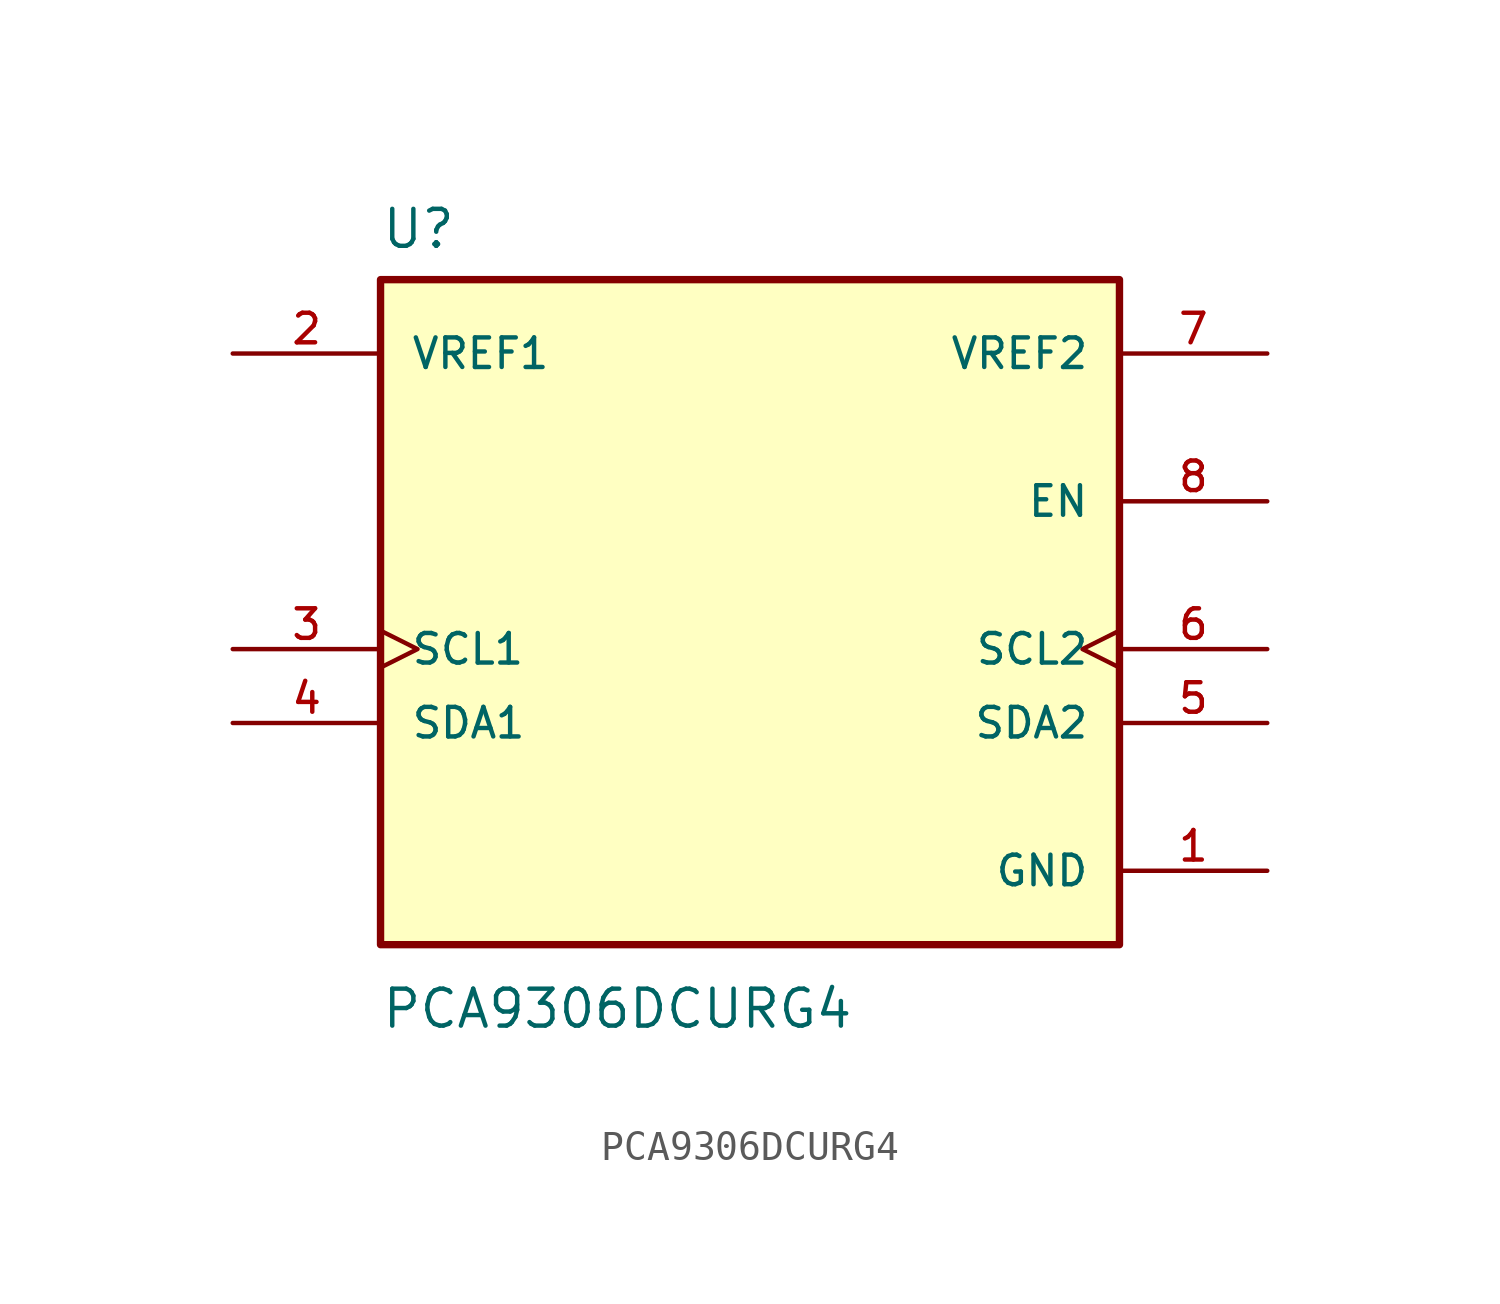
<source format=kicad_sym>
(kicad_symbol_lib
  (version 20211014)
  (generator kicad_symbol_editor)
  (symbol "PCA9306DCURG4"
    (pin_names
      (offset 1.016))
    (property "Reference" "U"
      (at -12.7 11.16 0.0)
      (effects (font (size 1.27 1.27)) (justify bottom left)))
    (property "Value" "PCA9306DCURG4"
      (at -12.7 -14.16 0.0)
      (effects (font (size 1.27 1.27)) (justify top left)))
    (symbol "PCA9306DCURG4_0_0"
      (rectangle (start -12.7 -12.7) (end 12.7 10.16) (stroke (width 0.254)) (fill (type background)))
      (pin bidirectional clock (at -17.78 -2.54 0) (length 5.08) (name "SCL1" (effects (font (size 1.016 1.016)))) (number "3" (effects (font (size 1.016 1.016)))))
      (pin bidirectional clock (at 17.78 -2.54 180.0) (length 5.08) (name "SCL2" (effects (font (size 1.016 1.016)))) (number "6" (effects (font (size 1.016 1.016)))))
      (pin power_in line (at -17.78 7.62 0) (length 5.08) (name "VREF1" (effects (font (size 1.016 1.016)))) (number "2" (effects (font (size 1.016 1.016)))))
      (pin power_in line (at 17.78 7.62 180.0) (length 5.08) (name "VREF2" (effects (font (size 1.016 1.016)))) (number "7" (effects (font (size 1.016 1.016)))))
      (pin input line (at 17.78 2.54 180.0) (length 5.08) (name "EN" (effects (font (size 1.016 1.016)))) (number "8" (effects (font (size 1.016 1.016)))))
      (pin bidirectional line (at -17.78 -5.08 0) (length 5.08) (name "SDA1" (effects (font (size 1.016 1.016)))) (number "4" (effects (font (size 1.016 1.016)))))
      (pin bidirectional line (at 17.78 -5.08 180.0) (length 5.08) (name "SDA2" (effects (font (size 1.016 1.016)))) (number "5" (effects (font (size 1.016 1.016)))))
      (pin power_in line (at 17.78 -10.16 180.0) (length 5.08) (name "GND" (effects (font (size 1.016 1.016)))) (number "1" (effects (font (size 1.016 1.016))))))))
</source>
